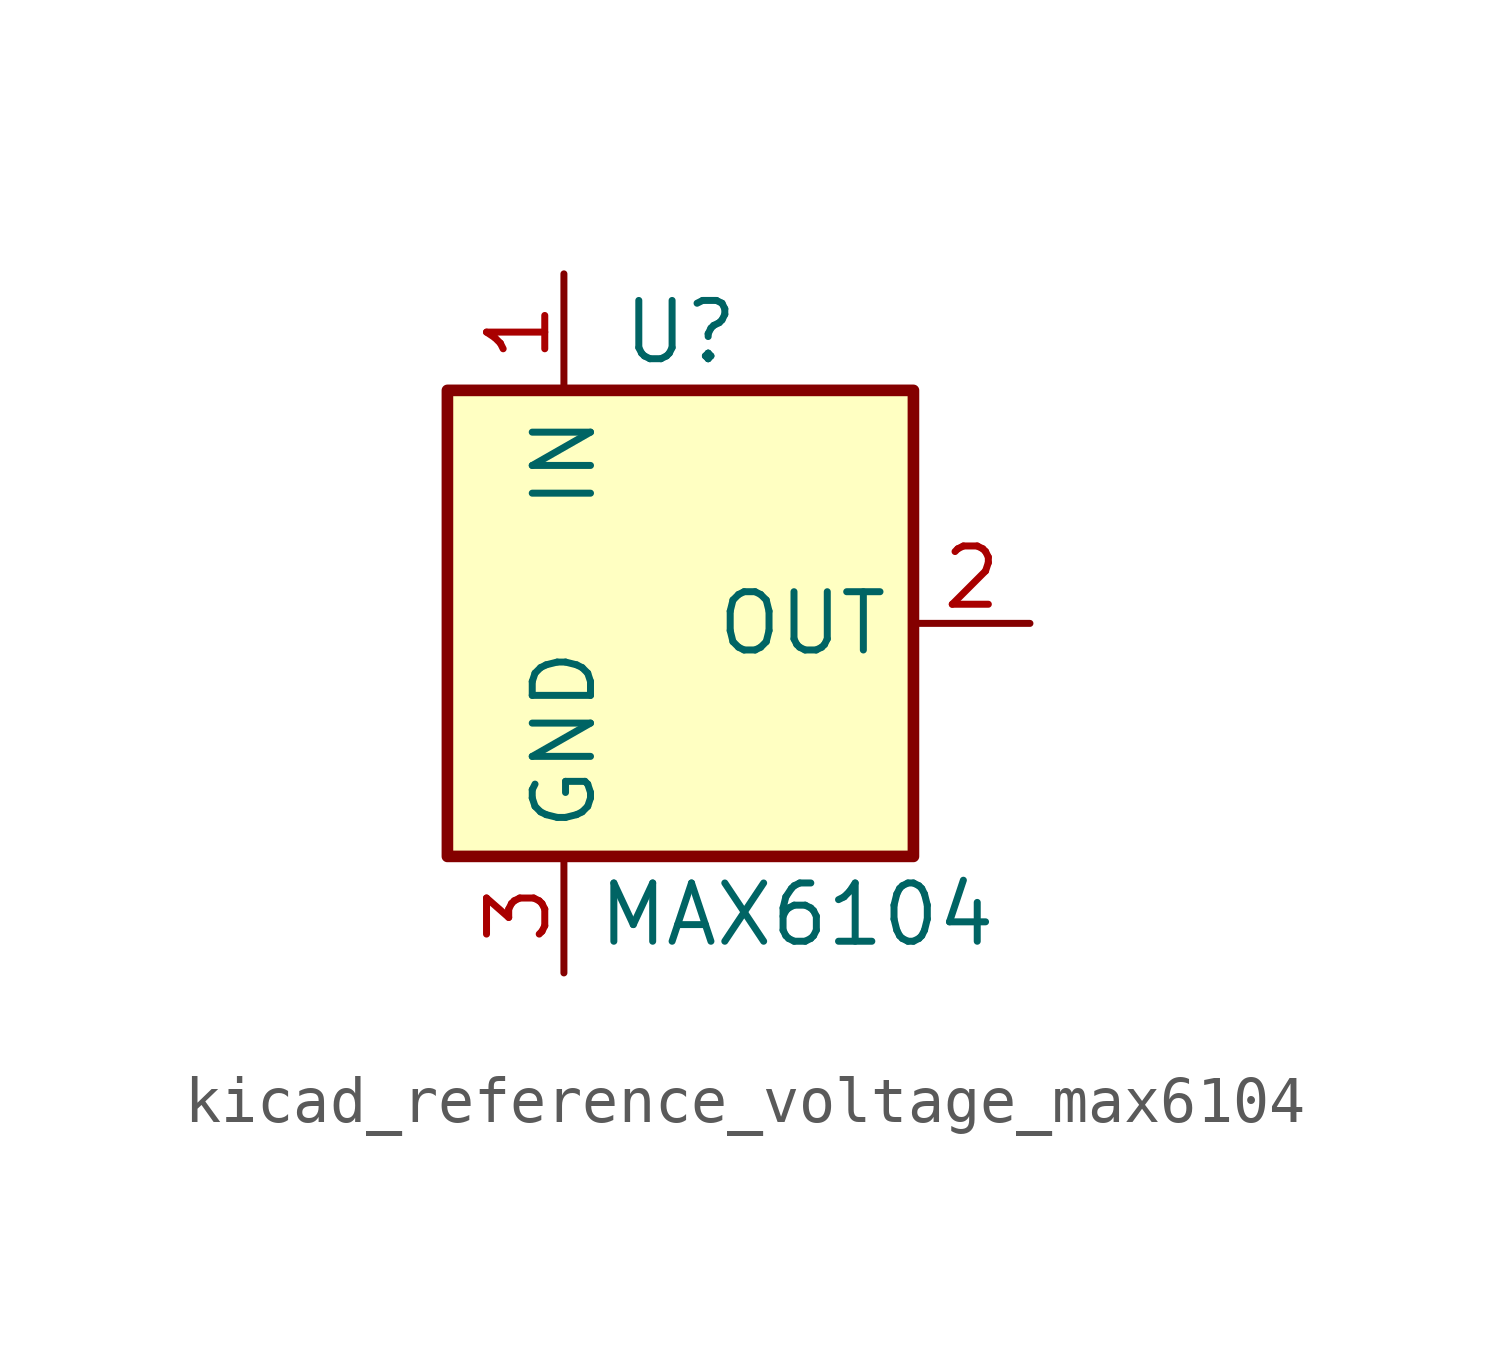
<source format=kicad_sym>
(kicad_symbol_lib
  (version 20220914)
  (generator kicad_symbol_editor)
  (symbol "kicad_reference_voltage_max6104"
    (property "Reference" "U"
      (at 0 6.35 0)
      (effects (font (size 1.27 1.27))))
    (property "Value" "MAX6104"
      (at 2.54 -6.35 0)
      (effects (font (size 1.27 1.27))))
    (symbol "kicad_reference_voltage_max6104_0_1"
      (rectangle (start -5.08 5.08) (end 5.08 -5.08) (stroke (width 0.254) (type default)) (fill (type background))))
    (symbol "kicad_reference_voltage_max6104_1_1"
      (pin power_in line (at -2.54 7.62 270) (length 2.54) (name "IN" (effects (font (size 1.27 1.27)))) (number "1" (effects (font (size 1.27 1.27)))))
      (pin power_out line (at 7.62 0 180) (length 2.54) (name "OUT" (effects (font (size 1.27 1.27)))) (number "2" (effects (font (size 1.27 1.27)))))
      (pin power_in line (at -2.54 -7.62 90) (length 2.54) (name "GND" (effects (font (size 1.27 1.27)))) (number "3" (effects (font (size 1.27 1.27))))))))
</source>
